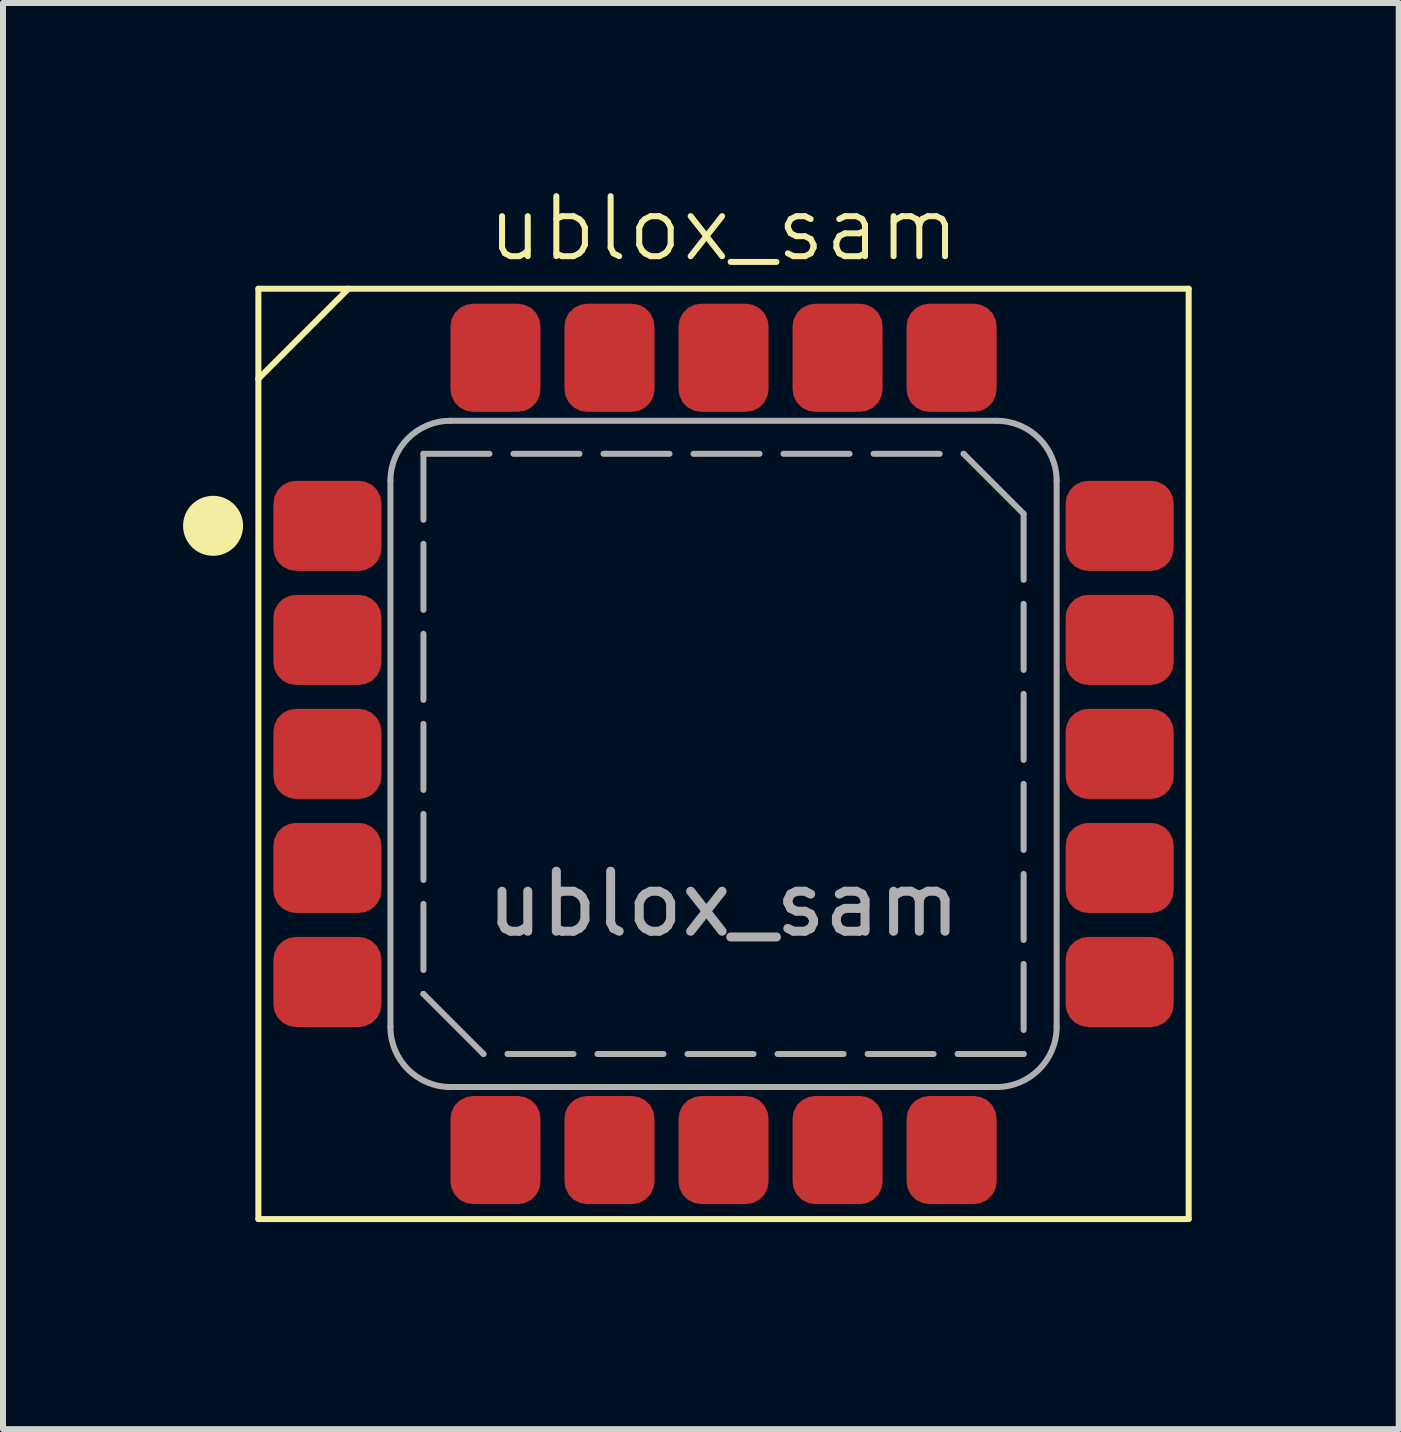
<source format=kicad_pcb>
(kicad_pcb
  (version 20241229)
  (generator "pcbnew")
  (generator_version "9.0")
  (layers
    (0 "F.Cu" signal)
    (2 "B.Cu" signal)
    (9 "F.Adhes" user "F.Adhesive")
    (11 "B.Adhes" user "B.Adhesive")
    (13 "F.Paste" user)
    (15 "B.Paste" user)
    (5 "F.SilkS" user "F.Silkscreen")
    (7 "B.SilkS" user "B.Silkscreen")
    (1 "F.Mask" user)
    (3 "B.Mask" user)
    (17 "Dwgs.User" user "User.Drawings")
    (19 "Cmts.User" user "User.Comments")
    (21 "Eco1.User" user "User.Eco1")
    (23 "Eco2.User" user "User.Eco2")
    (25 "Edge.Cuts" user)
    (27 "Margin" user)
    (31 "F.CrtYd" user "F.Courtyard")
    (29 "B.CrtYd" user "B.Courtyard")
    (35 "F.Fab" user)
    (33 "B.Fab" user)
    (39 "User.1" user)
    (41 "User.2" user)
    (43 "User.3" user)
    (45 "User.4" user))
  (footprint "ublox_sam"
    (layer "F.Cu")
    (at 9.005 9.511)
    (property "Reference" "ublox_sam" (at 0 -8.75 0) (unlocked yes) (layer "F.SilkS") (effects (font (size 1 1) (thickness 0.1))))
    (attr smd)
    (fp_line (start -7.75 -6.25) (end -7.75 -7.75) (stroke (width 0.1) (type default)) (layer "F.SilkS"))
    (fp_line (start -7.75 -6.25) (end -7.75 7.75) (stroke (width 0.1) (type default)) (layer "F.SilkS"))
    (fp_line (start -7.75 7.75) (end 7.75 7.75) (stroke (width 0.1) (type default)) (layer "F.SilkS"))
    (fp_line (start -6.25 -7.75) (end -7.75 -7.75) (stroke (width 0.1) (type default)) (layer "F.SilkS"))
    (fp_line (start -6.25 -7.75) (end -7.75 -6.25) (stroke (width 0.1) (type default)) (layer "F.SilkS"))
    (fp_line (start -6.25 -7.75) (end 7.75 -7.75) (stroke (width 0.1) (type default)) (layer "F.SilkS"))
    (fp_line (start 7.75 -7.75) (end 7.75 7.75) (stroke (width 0.1) (type default)) (layer "F.SilkS"))
    (fp_circle (center -8.505 -3.8) (end -8.005 -3.8) (stroke (width 0) (type solid)) (fill yes) (layer "F.SilkS"))
    (fp_rect (start -7.46 -4.515) (end -6.74 -3.935) (stroke (width 0) (type solid)) (fill yes) (layer "F.Paste"))
    (fp_rect (start -7.46 -3.665) (end -6.74 -3.085) (stroke (width 0) (type solid)) (fill yes) (layer "F.Paste"))
    (fp_rect (start -7.46 -2.615) (end -6.74 -2.035) (stroke (width 0) (type solid)) (fill yes) (layer "F.Paste"))
    (fp_rect (start -7.46 -1.765) (end -6.74 -1.185) (stroke (width 0) (type solid)) (fill yes) (layer "F.Paste"))
    (fp_rect (start -7.46 -0.715) (end -6.74 -0.135) (stroke (width 0) (type solid)) (fill yes) (layer "F.Paste"))
    (fp_rect (start -7.46 0.135) (end -6.74 0.715) (stroke (width 0) (type solid)) (fill yes) (layer "F.Paste"))
    (fp_rect (start -7.46 1.185) (end -6.74 1.765) (stroke (width 0) (type solid)) (fill yes) (layer "F.Paste"))
    (fp_rect (start -7.46 2.035) (end -6.74 2.615) (stroke (width 0) (type solid)) (fill yes) (layer "F.Paste"))
    (fp_rect (start -7.46 3.085) (end -6.74 3.665) (stroke (width 0) (type solid)) (fill yes) (layer "F.Paste"))
    (fp_rect (start -7.46 3.935) (end -6.74 4.515) (stroke (width 0) (type solid)) (fill yes) (layer "F.Paste"))
    (fp_rect (start -6.46 -4.515) (end -5.74 -3.935) (stroke (width 0) (type solid)) (fill yes) (layer "F.Paste"))
    (fp_rect (start -6.46 -3.665) (end -5.74 -3.085) (stroke (width 0) (type solid)) (fill yes) (layer "F.Paste"))
    (fp_rect (start -6.46 -2.615) (end -5.74 -2.035) (stroke (width 0) (type solid)) (fill yes) (layer "F.Paste"))
    (fp_rect (start -6.46 -1.765) (end -5.74 -1.185) (stroke (width 0) (type solid)) (fill yes) (layer "F.Paste"))
    (fp_rect (start -6.46 -0.715) (end -5.74 -0.135) (stroke (width 0) (type solid)) (fill yes) (layer "F.Paste"))
    (fp_rect (start -6.46 0.135) (end -5.74 0.715) (stroke (width 0) (type solid)) (fill yes) (layer "F.Paste"))
    (fp_rect (start -6.46 1.185) (end -5.74 1.765) (stroke (width 0) (type solid)) (fill yes) (layer "F.Paste"))
    (fp_rect (start -6.46 2.035) (end -5.74 2.615) (stroke (width 0) (type solid)) (fill yes) (layer "F.Paste"))
    (fp_rect (start -6.46 3.085) (end -5.74 3.665) (stroke (width 0) (type solid)) (fill yes) (layer "F.Paste"))
    (fp_rect (start -6.46 3.935) (end -5.74 4.515) (stroke (width 0) (type solid)) (fill yes) (layer "F.Paste"))
    (fp_rect (start -4.515 -7.46) (end -3.935 -6.74) (stroke (width 0) (type solid)) (fill yes) (layer "F.Paste"))
    (fp_rect (start -4.515 -6.46) (end -3.935 -5.74) (stroke (width 0) (type solid)) (fill yes) (layer "F.Paste"))
    (fp_rect (start -4.515 5.74) (end -3.935 6.46) (stroke (width 0) (type solid)) (fill yes) (layer "F.Paste"))
    (fp_rect (start -4.515 6.74) (end -3.935 7.46) (stroke (width 0) (type solid)) (fill yes) (layer "F.Paste"))
    (fp_rect (start -3.665 -6.74) (end -3.085 -7.46) (stroke (width 0) (type solid)) (fill yes) (layer "F.Paste"))
    (fp_rect (start -3.665 -6.46) (end -3.085 -5.74) (stroke (width 0) (type solid)) (fill yes) (layer "F.Paste"))
    (fp_rect (start -3.665 6.46) (end -3.085 5.74) (stroke (width 0) (type solid)) (fill yes) (layer "F.Paste"))
    (fp_rect (start -3.665 6.74) (end -3.085 7.46) (stroke (width 0) (type solid)) (fill yes) (layer "F.Paste"))
    (fp_rect (start -2.615 -7.46) (end -2.035 -6.74) (stroke (width 0) (type solid)) (fill yes) (layer "F.Paste"))
    (fp_rect (start -2.615 -6.46) (end -2.035 -5.74) (stroke (width 0) (type solid)) (fill yes) (layer "F.Paste"))
    (fp_rect (start -2.615 5.74) (end -2.035 6.46) (stroke (width 0) (type solid)) (fill yes) (layer "F.Paste"))
    (fp_rect (start -2.615 6.74) (end -2.035 7.46) (stroke (width 0) (type solid)) (fill yes) (layer "F.Paste"))
    (fp_rect (start -1.765 -6.74) (end -1.185 -7.46) (stroke (width 0) (type solid)) (fill yes) (layer "F.Paste"))
    (fp_rect (start -1.765 -6.46) (end -1.185 -5.74) (stroke (width 0) (type solid)) (fill yes) (layer "F.Paste"))
    (fp_rect (start -1.765 6.46) (end -1.185 5.74) (stroke (width 0) (type solid)) (fill yes) (layer "F.Paste"))
    (fp_rect (start -1.765 6.74) (end -1.185 7.46) (stroke (width 0) (type solid)) (fill yes) (layer "F.Paste"))
    (fp_rect (start -0.715 -7.46) (end -0.135 -6.74) (stroke (width 0) (type solid)) (fill yes) (layer "F.Paste"))
    (fp_rect (start -0.715 -6.46) (end -0.135 -5.74) (stroke (width 0) (type solid)) (fill yes) (layer "F.Paste"))
    (fp_rect (start -0.715 5.74) (end -0.135 6.46) (stroke (width 0) (type solid)) (fill yes) (layer "F.Paste"))
    (fp_rect (start -0.715 6.74) (end -0.135 7.46) (stroke (width 0) (type solid)) (fill yes) (layer "F.Paste"))
    (fp_rect (start 0.135 -6.74) (end 0.715 -7.46) (stroke (width 0) (type solid)) (fill yes) (layer "F.Paste"))
    (fp_rect (start 0.135 -6.46) (end 0.715 -5.74) (stroke (width 0) (type solid)) (fill yes) (layer "F.Paste"))
    (fp_rect (start 0.135 6.46) (end 0.715 5.74) (stroke (width 0) (type solid)) (fill yes) (layer "F.Paste"))
    (fp_rect (start 0.135 6.74) (end 0.715 7.46) (stroke (width 0) (type solid)) (fill yes) (layer "F.Paste"))
    (fp_rect (start 1.185 -7.46) (end 1.765 -6.74) (stroke (width 0) (type solid)) (fill yes) (layer "F.Paste"))
    (fp_rect (start 1.185 -6.46) (end 1.765 -5.74) (stroke (width 0) (type solid)) (fill yes) (layer "F.Paste"))
    (fp_rect (start 1.185 5.74) (end 1.765 6.46) (stroke (width 0) (type solid)) (fill yes) (layer "F.Paste"))
    (fp_rect (start 1.185 6.74) (end 1.765 7.46) (stroke (width 0) (type solid)) (fill yes) (layer "F.Paste"))
    (fp_rect (start 2.035 -6.74) (end 2.615 -7.46) (stroke (width 0) (type solid)) (fill yes) (layer "F.Paste"))
    (fp_rect (start 2.035 -6.46) (end 2.615 -5.74) (stroke (width 0) (type solid)) (fill yes) (layer "F.Paste"))
    (fp_rect (start 2.035 6.46) (end 2.615 5.74) (stroke (width 0) (type solid)) (fill yes) (layer "F.Paste"))
    (fp_rect (start 2.035 6.74) (end 2.615 7.46) (stroke (width 0) (type solid)) (fill yes) (layer "F.Paste"))
    (fp_rect (start 3.085 -7.46) (end 3.665 -6.74) (stroke (width 0) (type solid)) (fill yes) (layer "F.Paste"))
    (fp_rect (start 3.085 -6.46) (end 3.665 -5.74) (stroke (width 0) (type solid)) (fill yes) (layer "F.Paste"))
    (fp_rect (start 3.085 5.74) (end 3.665 6.46) (stroke (width 0) (type solid)) (fill yes) (layer "F.Paste"))
    (fp_rect (start 3.085 6.74) (end 3.665 7.46) (stroke (width 0) (type solid)) (fill yes) (layer "F.Paste"))
    (fp_rect (start 3.935 -6.74) (end 4.515 -7.46) (stroke (width 0) (type solid)) (fill yes) (layer "F.Paste"))
    (fp_rect (start 3.935 -6.46) (end 4.515 -5.74) (stroke (width 0) (type solid)) (fill yes) (layer "F.Paste"))
    (fp_rect (start 3.935 6.46) (end 4.515 5.74) (stroke (width 0) (type solid)) (fill yes) (layer "F.Paste"))
    (fp_rect (start 3.935 6.74) (end 4.515 7.46) (stroke (width 0) (type solid)) (fill yes) (layer "F.Paste"))
    (fp_rect (start 5.74 -4.515) (end 6.46 -3.935) (stroke (width 0) (type solid)) (fill yes) (layer "F.Paste"))
    (fp_rect (start 5.74 -3.665) (end 6.46 -3.085) (stroke (width 0) (type solid)) (fill yes) (layer "F.Paste"))
    (fp_rect (start 5.74 -2.615) (end 6.46 -2.035) (stroke (width 0) (type solid)) (fill yes) (layer "F.Paste"))
    (fp_rect (start 5.74 -1.765) (end 6.46 -1.185) (stroke (width 0) (type solid)) (fill yes) (layer "F.Paste"))
    (fp_rect (start 5.74 -0.715) (end 6.46 -0.135) (stroke (width 0) (type solid)) (fill yes) (layer "F.Paste"))
    (fp_rect (start 5.74 0.135) (end 6.46 0.715) (stroke (width 0) (type solid)) (fill yes) (layer "F.Paste"))
    (fp_rect (start 5.74 1.185) (end 6.46 1.765) (stroke (width 0) (type solid)) (fill yes) (layer "F.Paste"))
    (fp_rect (start 5.74 2.035) (end 6.46 2.615) (stroke (width 0) (type solid)) (fill yes) (layer "F.Paste"))
    (fp_rect (start 5.74 3.085) (end 6.46 3.665) (stroke (width 0) (type solid)) (fill yes) (layer "F.Paste"))
    (fp_rect (start 5.74 3.935) (end 6.46 4.515) (stroke (width 0) (type solid)) (fill yes) (layer "F.Paste"))
    (fp_rect (start 6.74 -4.515) (end 7.46 -3.935) (stroke (width 0) (type solid)) (fill yes) (layer "F.Paste"))
    (fp_rect (start 6.74 -3.665) (end 7.46 -3.085) (stroke (width 0) (type solid)) (fill yes) (layer "F.Paste"))
    (fp_rect (start 6.74 -2.615) (end 7.46 -2.035) (stroke (width 0) (type solid)) (fill yes) (layer "F.Paste"))
    (fp_rect (start 6.74 -1.765) (end 7.46 -1.185) (stroke (width 0) (type solid)) (fill yes) (layer "F.Paste"))
    (fp_rect (start 6.74 -0.715) (end 7.46 -0.135) (stroke (width 0) (type solid)) (fill yes) (layer "F.Paste"))
    (fp_rect (start 6.74 0.135) (end 7.46 0.715) (stroke (width 0) (type solid)) (fill yes) (layer "F.Paste"))
    (fp_rect (start 6.74 1.185) (end 7.46 1.765) (stroke (width 0) (type solid)) (fill yes) (layer "F.Paste"))
    (fp_rect (start 6.74 2.035) (end 7.46 2.615) (stroke (width 0) (type solid)) (fill yes) (layer "F.Paste"))
    (fp_rect (start 6.74 3.085) (end 7.46 3.665) (stroke (width 0) (type solid)) (fill yes) (layer "F.Paste"))
    (fp_rect (start 6.74 3.935) (end 7.46 4.515) (stroke (width 0) (type solid)) (fill yes) (layer "F.Paste"))
    (fp_line (start -5.55 4.55) (end -5.55 -4.55) (stroke (width 0.1) (type default)) (layer "F.Fab"))
    (fp_line (start -5 -5) (end -5 4) (stroke (width 0.1) (type dash)) (layer "F.Fab"))
    (fp_line (start -5 -5) (end 4 -5) (stroke (width 0.1) (type dash)) (layer "F.Fab"))
    (fp_line (start -5 4) (end -4 5) (stroke (width 0.1) (type solid)) (layer "F.Fab"))
    (fp_line (start -4.55 -5.55) (end 4.55 -5.55) (stroke (width 0.1) (type default)) (layer "F.Fab"))
    (fp_line (start -4.55 5.55) (end 4.55 5.55) (stroke (width 0.1) (type default)) (layer "F.Fab"))
    (fp_line (start 4 -5) (end 5 -4) (stroke (width 0.1) (type solid)) (layer "F.Fab"))
    (fp_line (start 5 -4) (end 5 5) (stroke (width 0.1) (type dash)) (layer "F.Fab"))
    (fp_line (start 5 5) (end -4 5) (stroke (width 0.1) (type dash)) (layer "F.Fab"))
    (fp_line (start 5.55 4.55) (end 5.55 -4.55) (stroke (width 0.1) (type default)) (layer "F.Fab"))
    (fp_arc (start -5.55 -4.55) (mid -5.257107 -5.257107) (end -4.55 -5.55) (stroke (width 0.1) (type default)) (layer "F.Fab"))
    (fp_arc (start -4.55 5.55) (mid -5.257107 5.257107) (end -5.55 4.55) (stroke (width 0.1) (type default)) (layer "F.Fab"))
    (fp_arc (start 4.55 -5.55) (mid 5.257107 -5.257107) (end 5.55 -4.55) (stroke (width 0.1) (type default)) (layer "F.Fab"))
    (fp_arc (start 5.55 4.55) (mid 5.257107 5.257107) (end 4.55 5.55) (stroke (width 0.1) (type default)) (layer "F.Fab"))
    (fp_text user "${REFERENCE}" (at 0 2.5 0) (unlocked yes) (layer "F.Fab") (effects (font (size 1 1) (thickness 0.15))))
    (pad "1" smd roundrect (at -6.6 -3.8) (size 1.8 1.5) (layers "F.Cu" "F.Mask") (roundrect_rratio 0.25))
    (pad "2" smd roundrect (at -6.6 -1.9) (size 1.8 1.5) (layers "F.Cu" "F.Mask") (roundrect_rratio 0.25))
    (pad "3" smd roundrect (at -6.6 0) (size 1.8 1.5) (layers "F.Cu" "F.Mask") (roundrect_rratio 0.25))
    (pad "4" smd roundrect (at -6.6 1.9) (size 1.8 1.5) (layers "F.Cu" "F.Mask") (roundrect_rratio 0.25))
    (pad "5" smd roundrect (at -6.6 3.8) (size 1.8 1.5) (layers "F.Cu" "F.Mask") (roundrect_rratio 0.25))
    (pad "6" smd roundrect (at -3.8 6.6) (size 1.5 1.8) (layers "F.Cu" "F.Mask") (roundrect_rratio 0.25))
    (pad "7" smd roundrect (at -1.9 6.6) (size 1.5 1.8) (layers "F.Cu" "F.Mask") (roundrect_rratio 0.25))
    (pad "8" smd roundrect (at 0 6.6) (size 1.5 1.8) (layers "F.Cu" "F.Mask") (roundrect_rratio 0.25))
    (pad "9" smd roundrect (at 1.9 6.6) (size 1.5 1.8) (layers "F.Cu" "F.Mask") (roundrect_rratio 0.25))
    (pad "10" smd roundrect (at 3.8 6.6) (size 1.5 1.8) (layers "F.Cu" "F.Mask") (roundrect_rratio 0.25))
    (pad "11" smd roundrect (at 6.6 3.8) (size 1.8 1.5) (layers "F.Cu" "F.Mask") (roundrect_rratio 0.25))
    (pad "12" smd roundrect (at 6.6 1.9) (size 1.8 1.5) (layers "F.Cu" "F.Mask") (roundrect_rratio 0.25))
    (pad "13" smd roundrect (at 6.6 0) (size 1.8 1.5) (layers "F.Cu" "F.Mask") (roundrect_rratio 0.25))
    (pad "14" smd roundrect (at 6.6 -1.9) (size 1.8 1.5) (layers "F.Cu" "F.Mask") (roundrect_rratio 0.25))
    (pad "15" smd roundrect (at 6.6 -3.8) (size 1.8 1.5) (layers "F.Cu" "F.Mask") (roundrect_rratio 0.25))
    (pad "16" smd roundrect (at 3.8 -6.6) (size 1.5 1.8) (layers "F.Cu" "F.Mask") (roundrect_rratio 0.25))
    (pad "17" smd roundrect (at 1.9 -6.6) (size 1.5 1.8) (layers "F.Cu" "F.Mask") (roundrect_rratio 0.25))
    (pad "18" smd roundrect (at 0 -6.6) (size 1.5 1.8) (layers "F.Cu" "F.Mask") (roundrect_rratio 0.25))
    (pad "19" smd roundrect (at -1.9 -6.6) (size 1.5 1.8) (layers "F.Cu" "F.Mask") (roundrect_rratio 0.25))
    (pad "20" smd roundrect (at -3.8 -6.6) (size 1.5 1.8) (layers "F.Cu" "F.Mask") (roundrect_rratio 0.25))
    (zone (net_name "") (layer "F.Cu") (hatch edge 0.5) (connect_pads) (min_thickness 0.25) (filled_areas_thickness no) (keepout (tracks not_allowed) (vias not_allowed) (pads not_allowed) (copperpour allowed) (footprints allowed)) (placement (enabled no)) (fill) (polygon (pts (xy 0.755 1.26) (xy 0.755 17.761) (xy 17.255 17.761) (xy 17.255 1.26)))))
  (gr_rect
    (start -3 -3)
    (end 20.255 20.761)
    (stroke (width 0.1) (type default))
    (fill no)
    (layer "Edge.Cuts")))
</source>
